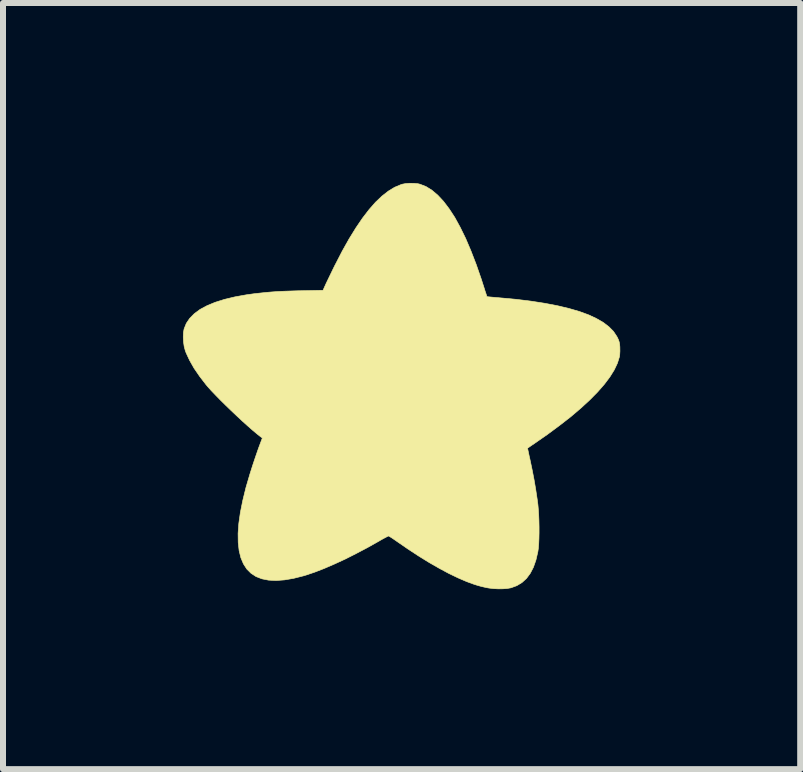
<source format=kicad_pcb>
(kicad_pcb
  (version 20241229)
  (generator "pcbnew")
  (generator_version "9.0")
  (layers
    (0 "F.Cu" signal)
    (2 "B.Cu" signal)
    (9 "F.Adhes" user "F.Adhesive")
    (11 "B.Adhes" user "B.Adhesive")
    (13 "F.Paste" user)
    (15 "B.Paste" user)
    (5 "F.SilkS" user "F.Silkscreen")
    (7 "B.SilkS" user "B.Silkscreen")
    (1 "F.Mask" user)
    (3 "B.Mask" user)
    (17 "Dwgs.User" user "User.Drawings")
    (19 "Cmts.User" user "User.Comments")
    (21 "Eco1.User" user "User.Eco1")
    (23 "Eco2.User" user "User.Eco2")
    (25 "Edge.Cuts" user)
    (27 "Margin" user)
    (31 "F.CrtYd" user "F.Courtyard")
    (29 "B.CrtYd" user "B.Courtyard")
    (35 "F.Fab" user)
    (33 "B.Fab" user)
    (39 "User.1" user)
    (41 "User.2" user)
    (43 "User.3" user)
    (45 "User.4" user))
  (footprint "Star"
    (layer "F.Cu")
    (at 3.634 3.38)
    (property "Reference" "Star" (at 0 0 0) (layer "F.SilkS") (effects (font (size 1.524 1.524) (thickness 0.3))))
    (attr through_hole)
    (fp_poly (pts (xy 0.216 -3.374) (xy 0.281 -3.368) (xy 0.318 -3.359) (xy 0.418 -3.32) (xy 0.516 -3.259) (xy 0.613 -3.177) (xy 0.709 -3.074) (xy 0.803 -2.95) (xy 0.897 -2.806) (xy 0.988 -2.64) (xy 1.079 -2.454) (xy 1.167 -2.247) (xy 1.255 -2.019) (xy 1.341 -1.771) (xy 1.366 -1.693) (xy 1.386 -1.631) (xy 1.403 -1.576) (xy 1.418 -1.532) (xy 1.428 -1.501) (xy 1.433 -1.486) (xy 1.433 -1.485) (xy 1.443 -1.484) (xy 1.472 -1.481) (xy 1.514 -1.477) (xy 1.569 -1.472) (xy 1.631 -1.467) (xy 1.64 -1.466) (xy 1.914 -1.441) (xy 2.167 -1.41) (xy 2.399 -1.374) (xy 2.612 -1.333) (xy 2.804 -1.287) (xy 2.976 -1.237) (xy 3.129 -1.181) (xy 3.261 -1.119) (xy 3.375 -1.053) (xy 3.468 -0.981) (xy 3.543 -0.905) (xy 3.598 -0.822) (xy 3.606 -0.808) (xy 3.626 -0.765) (xy 3.638 -0.729) (xy 3.645 -0.692) (xy 3.649 -0.645) (xy 3.649 -0.633) (xy 3.65 -0.578) (xy 3.647 -0.525) (xy 3.642 -0.483) (xy 3.641 -0.48) (xy 3.608 -0.375) (xy 3.555 -0.263) (xy 3.482 -0.146) (xy 3.39 -0.024) (xy 3.278 0.104) (xy 3.147 0.237) (xy 2.997 0.375) (xy 2.829 0.518) (xy 2.641 0.664) (xy 2.436 0.816) (xy 2.27 0.931) (xy 2.22 0.966) (xy 2.175 0.996) (xy 2.141 1.02) (xy 2.118 1.036) (xy 2.11 1.041) (xy 2.112 1.051) (xy 2.118 1.079) (xy 2.127 1.121) (xy 2.138 1.175) (xy 2.152 1.236) (xy 2.154 1.246) (xy 2.187 1.403) (xy 2.219 1.568) (xy 2.247 1.734) (xy 2.271 1.893) (xy 2.283 1.984) (xy 2.29 2.064) (xy 2.296 2.154) (xy 2.3 2.253) (xy 2.302 2.354) (xy 2.302 2.455) (xy 2.3 2.551) (xy 2.296 2.638) (xy 2.29 2.712) (xy 2.282 2.767) (xy 2.25 2.906) (xy 2.208 3.026) (xy 2.155 3.128) (xy 2.092 3.213) (xy 2.017 3.281) (xy 1.931 3.333) (xy 1.833 3.369) (xy 1.826 3.37) (xy 1.77 3.38) (xy 1.701 3.385) (xy 1.623 3.386) (xy 1.543 3.382) (xy 1.468 3.373) (xy 1.428 3.366) (xy 1.352 3.349) (xy 1.285 3.331) (xy 1.218 3.31) (xy 1.146 3.284) (xy 1.09 3.263) (xy 0.951 3.203) (xy 0.799 3.13) (xy 0.637 3.043) (xy 0.468 2.946) (xy 0.293 2.838) (xy 0.115 2.721) (xy -0.052 2.606) (xy -0.101 2.572) (xy -0.143 2.543) (xy -0.178 2.521) (xy -0.2 2.508) (xy -0.207 2.505) (xy -0.22 2.51) (xy -0.247 2.524) (xy -0.287 2.545) (xy -0.334 2.571) (xy -0.366 2.59) (xy -0.558 2.698) (xy -0.748 2.798) (xy -0.932 2.891) (xy -1.11 2.973) (xy -1.279 3.046) (xy -1.436 3.107) (xy -1.581 3.156) (xy -1.624 3.169) (xy -1.79 3.211) (xy -1.943 3.237) (xy -2.082 3.247) (xy -2.207 3.241) (xy -2.318 3.219) (xy -2.416 3.181) (xy -2.5 3.126) (xy -2.57 3.056) (xy -2.626 2.969) (xy -2.669 2.867) (xy -2.698 2.748) (xy -2.713 2.613) (xy -2.715 2.462) (xy -2.703 2.295) (xy -2.677 2.112) (xy -2.637 1.913) (xy -2.584 1.697) (xy -2.516 1.466) (xy -2.474 1.333) (xy -2.45 1.261) (xy -2.424 1.184) (xy -2.398 1.109) (xy -2.375 1.043) (xy -2.361 1.005) (xy -2.311 0.872) (xy -2.338 0.852) (xy -2.4 0.803) (xy -2.474 0.741) (xy -2.556 0.669) (xy -2.645 0.589) (xy -2.737 0.503) (xy -2.83 0.415) (xy -2.922 0.326) (xy -3.01 0.239) (xy -3.09 0.157) (xy -3.162 0.082) (xy -3.221 0.016) (xy -3.248 -0.016) (xy -3.356 -0.156) (xy -3.449 -0.292) (xy -3.524 -0.424) (xy -3.582 -0.549) (xy -3.596 -0.587) (xy -3.614 -0.655) (xy -3.625 -0.733) (xy -3.629 -0.812) (xy -3.626 -0.887) (xy -3.615 -0.948) (xy -3.578 -1.04) (xy -3.521 -1.124) (xy -3.445 -1.201) (xy -3.349 -1.272) (xy -3.234 -1.334) (xy -3.099 -1.39) (xy -2.944 -1.439) (xy -2.769 -1.481) (xy -2.575 -1.516) (xy -2.445 -1.534) (xy -2.345 -1.545) (xy -2.25 -1.555) (xy -2.156 -1.563) (xy -2.059 -1.57) (xy -1.955 -1.575) (xy -1.84 -1.579) (xy -1.71 -1.583) (xy -1.637 -1.584) (xy -1.299 -1.591) (xy -1.251 -1.698) (xy -1.231 -1.74) (xy -1.204 -1.796) (xy -1.172 -1.862) (xy -1.138 -1.933) (xy -1.103 -2.004) (xy -1.094 -2.021) (xy -0.978 -2.246) (xy -0.864 -2.449) (xy -0.751 -2.632) (xy -0.641 -2.794) (xy -0.531 -2.937) (xy -0.424 -3.059) (xy -0.317 -3.161) (xy -0.211 -3.244) (xy -0.106 -3.308) (xy -0.001 -3.352) (xy 0.02 -3.359) (xy 0.077 -3.37) (xy 0.145 -3.375) (xy 0.216 -3.374)) (stroke (width 0.01) (type solid)) (fill yes) (layer "F.SilkS")))
  (gr_rect
    (start -3 -3)
    (end 10.289 9.771)
    (stroke (width 0.1) (type default))
    (fill no)
    (layer "Edge.Cuts")))
</source>
